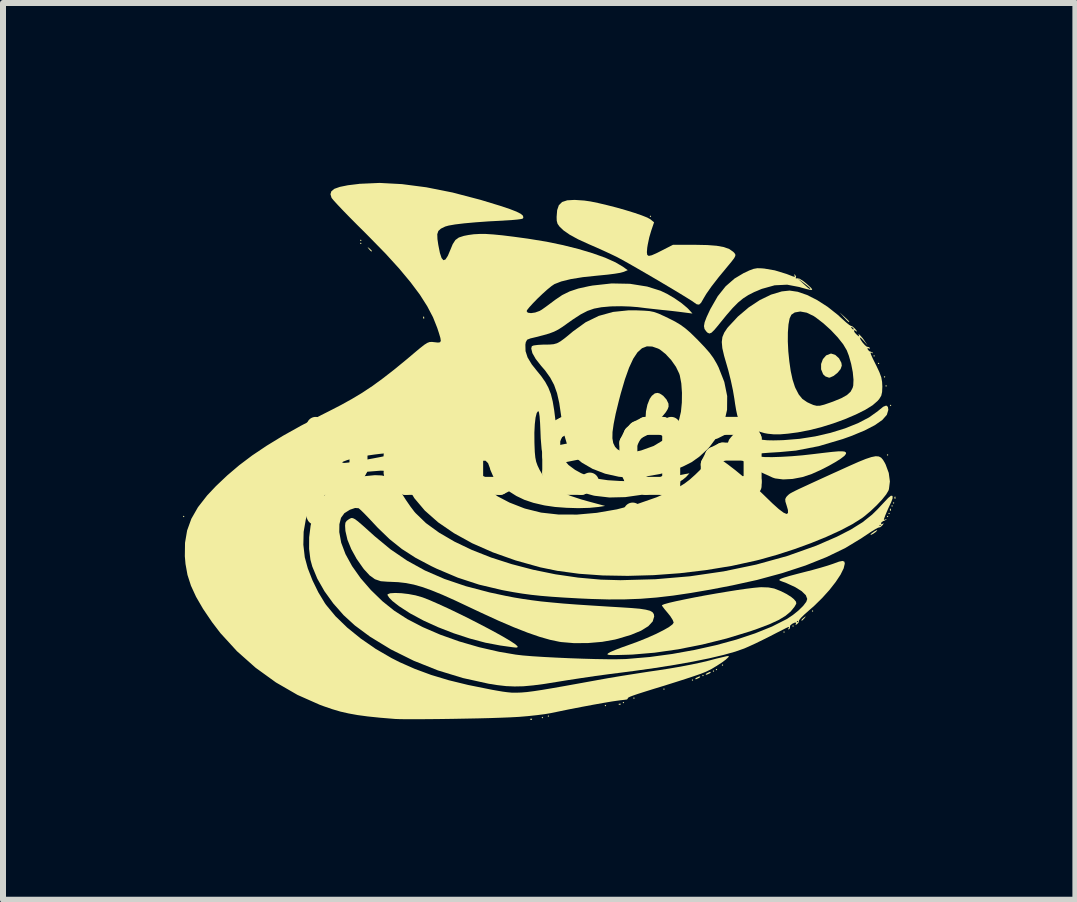
<source format=kicad_pcb>
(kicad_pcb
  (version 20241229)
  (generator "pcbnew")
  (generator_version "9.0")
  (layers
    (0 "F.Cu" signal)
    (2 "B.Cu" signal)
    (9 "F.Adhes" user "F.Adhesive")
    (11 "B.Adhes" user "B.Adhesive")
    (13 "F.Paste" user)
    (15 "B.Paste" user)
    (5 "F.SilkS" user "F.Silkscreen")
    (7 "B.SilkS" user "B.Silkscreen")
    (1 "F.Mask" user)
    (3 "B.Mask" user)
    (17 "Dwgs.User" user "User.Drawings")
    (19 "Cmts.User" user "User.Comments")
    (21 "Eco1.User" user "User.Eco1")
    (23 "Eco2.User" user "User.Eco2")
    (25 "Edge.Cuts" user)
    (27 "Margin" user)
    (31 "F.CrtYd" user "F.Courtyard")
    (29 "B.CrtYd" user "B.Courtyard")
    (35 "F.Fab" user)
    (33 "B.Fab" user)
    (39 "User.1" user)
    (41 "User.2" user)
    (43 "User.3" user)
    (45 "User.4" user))
  (footprint "pepega"
    (layer "F.Cu")
    (at 5.856 4.373)
    (property "Reference" "pepega" (at 0 0 0) (layer "F.SilkS") (effects (font (size 1.5 1.5) (thickness 0.3))))
    (attr board_only exclude_from_pos_files exclude_from_bom)
    (fp_poly (pts (xy -5.831 1.189) (xy -5.843 1.201) (xy -5.856 1.189) (xy -5.843 1.176)) (stroke (width 0) (type solid)) (fill yes) (layer "F.SilkS"))
    (fp_poly (pts (xy -2.878 -3.416) (xy -2.89 -3.403) (xy -2.903 -3.416) (xy -2.89 -3.428)) (stroke (width 0) (type solid)) (fill yes) (layer "F.SilkS"))
    (fp_poly (pts (xy -2.878 -3.366) (xy -2.89 -3.353) (xy -2.903 -3.366) (xy -2.89 -3.378)) (stroke (width 0) (type solid)) (fill yes) (layer "F.SilkS"))
    (fp_poly (pts (xy 0.15 4.542) (xy 0.138 4.554) (xy 0.125 4.542) (xy 0.138 4.529)) (stroke (width 0) (type solid)) (fill yes) (layer "F.SilkS"))
    (fp_poly (pts (xy 0.25 4.517) (xy 0.238 4.529) (xy 0.225 4.517) (xy 0.238 4.504)) (stroke (width 0) (type solid)) (fill yes) (layer "F.SilkS"))
    (fp_poly (pts (xy 1.201 4.342) (xy 1.189 4.354) (xy 1.176 4.342) (xy 1.189 4.329)) (stroke (width 0) (type solid)) (fill yes) (layer "F.SilkS"))
    (fp_poly (pts (xy 1.501 4.292) (xy 1.489 4.304) (xy 1.476 4.292) (xy 1.489 4.279)) (stroke (width 0) (type solid)) (fill yes) (layer "F.SilkS"))
    (fp_poly (pts (xy 1.677 4.217) (xy 1.664 4.229) (xy 1.652 4.217) (xy 1.664 4.204)) (stroke (width 0) (type solid)) (fill yes) (layer "F.SilkS"))
    (fp_poly (pts (xy 1.952 -3.816) (xy 1.939 -3.804) (xy 1.927 -3.816) (xy 1.939 -3.829)) (stroke (width 0) (type solid)) (fill yes) (layer "F.SilkS"))
    (fp_poly (pts (xy 2.177 4.067) (xy 2.165 4.079) (xy 2.152 4.067) (xy 2.165 4.054)) (stroke (width 0) (type solid)) (fill yes) (layer "F.SilkS"))
    (fp_poly (pts (xy 2.653 3.916) (xy 2.64 3.929) (xy 2.628 3.916) (xy 2.64 3.904)) (stroke (width 0) (type solid)) (fill yes) (layer "F.SilkS"))
    (fp_poly (pts (xy 2.828 3.841) (xy 2.815 3.854) (xy 2.803 3.841) (xy 2.815 3.829)) (stroke (width 0) (type solid)) (fill yes) (layer "F.SilkS"))
    (fp_poly (pts (xy 3.003 3.766) (xy 2.99 3.779) (xy 2.978 3.766) (xy 2.99 3.754)) (stroke (width 0) (type solid)) (fill yes) (layer "F.SilkS"))
    (fp_poly (pts (xy 3.053 3.741) (xy 3.04 3.754) (xy 3.028 3.741) (xy 3.04 3.729)) (stroke (width 0) (type solid)) (fill yes) (layer "F.SilkS"))
    (fp_poly (pts (xy 3.153 3.666) (xy 3.141 3.679) (xy 3.128 3.666) (xy 3.141 3.654)) (stroke (width 0) (type solid)) (fill yes) (layer "F.SilkS"))
    (fp_poly (pts (xy 4.179 3.116) (xy 4.167 3.128) (xy 4.154 3.116) (xy 4.167 3.103)) (stroke (width 0) (type solid)) (fill yes) (layer "F.SilkS"))
    (fp_poly (pts (xy 4.329 3.015) (xy 4.317 3.028) (xy 4.304 3.015) (xy 4.317 3.003)) (stroke (width 0) (type solid)) (fill yes) (layer "F.SilkS"))
    (fp_poly (pts (xy 4.655 2.765) (xy 4.642 2.778) (xy 4.63 2.765) (xy 4.642 2.753)) (stroke (width 0) (type solid)) (fill yes) (layer "F.SilkS"))
    (fp_poly (pts (xy 5.681 -1.489) (xy 5.668 -1.476) (xy 5.656 -1.489) (xy 5.668 -1.501)) (stroke (width 0) (type solid)) (fill yes) (layer "F.SilkS"))
    (fp_poly (pts (xy 5.756 -1.364) (xy 5.743 -1.351) (xy 5.731 -1.364) (xy 5.743 -1.376)) (stroke (width 0) (type solid)) (fill yes) (layer "F.SilkS"))
    (fp_poly (pts (xy 5.856 -1.139) (xy 5.843 -1.126) (xy 5.831 -1.139) (xy 5.843 -1.151)) (stroke (width 0) (type solid)) (fill yes) (layer "F.SilkS"))
    (fp_poly (pts (xy 5.881 -0.988) (xy 5.868 -0.976) (xy 5.856 -0.988) (xy 5.868 -1.001)) (stroke (width 0) (type solid)) (fill yes) (layer "F.SilkS"))
    (fp_poly (pts (xy 5.906 0.163) (xy 5.893 0.175) (xy 5.881 0.163) (xy 5.893 0.15)) (stroke (width 0) (type solid)) (fill yes) (layer "F.SilkS"))
    (fp_poly (pts (xy 5.906 1.189) (xy 5.893 1.201) (xy 5.881 1.189) (xy 5.893 1.176)) (stroke (width 0) (type solid)) (fill yes) (layer "F.SilkS"))
    (fp_poly (pts (xy 5.931 1.139) (xy 5.918 1.151) (xy 5.906 1.139) (xy 5.918 1.126)) (stroke (width 0) (type solid)) (fill yes) (layer "F.SilkS"))
    (fp_poly (pts (xy 5.956 -0.663) (xy 5.943 -0.651) (xy 5.931 -0.663) (xy 5.943 -0.676)) (stroke (width 0) (type solid)) (fill yes) (layer "F.SilkS"))
    (fp_poly (pts (xy 5.981 1.013) (xy 5.968 1.026) (xy 5.956 1.013) (xy 5.968 1.001)) (stroke (width 0) (type solid)) (fill yes) (layer "F.SilkS"))
    (fp_poly (pts (xy 6.006 0.963) (xy 5.993 0.976) (xy 5.981 0.963) (xy 5.993 0.951)) (stroke (width 0) (type solid)) (fill yes) (layer "F.SilkS"))
    (fp_poly (pts (xy -1.835 -2.144) (xy -1.832 -2.114) (xy -1.835 -2.11) (xy -1.85 -2.114) (xy -1.852 -2.127) (xy -1.843 -2.148)) (stroke (width 0) (type solid)) (fill yes) (layer "F.SilkS"))
    (fp_poly (pts (xy -0.033 4.563) (xy -0.037 4.578) (xy -0.05 4.58) (xy -0.071 4.57) (xy -0.067 4.563) (xy -0.037 4.56)) (stroke (width 0) (type solid)) (fill yes) (layer "F.SilkS"))
    (fp_poly (pts (xy 1.443 4.313) (xy 1.44 4.327) (xy 1.426 4.329) (xy 1.406 4.32) (xy 1.41 4.313) (xy 1.439 4.31)) (stroke (width 0) (type solid)) (fill yes) (layer "F.SilkS"))
    (fp_poly (pts (xy 5.948 1.059) (xy 5.951 1.089) (xy 5.948 1.093) (xy 5.933 1.089) (xy 5.931 1.076) (xy 5.94 1.055)) (stroke (width 0) (type solid)) (fill yes) (layer "F.SilkS"))
    (fp_poly (pts (xy 6.023 0.859) (xy 6.026 0.889) (xy 6.023 0.893) (xy 6.008 0.889) (xy 6.006 0.876) (xy 6.015 0.855)) (stroke (width 0) (type solid)) (fill yes) (layer "F.SilkS"))
    (fp_poly (pts (xy -2.765 -3.295) (xy -2.746 -3.281) (xy -2.708 -3.245) (xy -2.708 -3.229) (xy -2.712 -3.228) (xy -2.733 -3.245) (xy -2.756 -3.272) (xy -2.778 -3.302)) (stroke (width 0) (type solid)) (fill yes) (layer "F.SilkS"))
    (fp_poly (pts (xy 2.77 3.865) (xy 2.753 3.879) (xy 2.707 3.9) (xy 2.69 3.903) (xy 2.686 3.893) (xy 2.703 3.879) (xy 2.748 3.858) (xy 2.765 3.855)) (stroke (width 0) (type solid)) (fill yes) (layer "F.SilkS"))
    (fp_poly (pts (xy 2.945 3.79) (xy 2.928 3.804) (xy 2.882 3.825) (xy 2.865 3.828) (xy 2.861 3.818) (xy 2.878 3.804) (xy 2.923 3.783) (xy 2.94 3.779)) (stroke (width 0) (type solid)) (fill yes) (layer "F.SilkS"))
    (fp_poly (pts (xy 4.522 2.866) (xy 4.508 2.884) (xy 4.471 2.923) (xy 4.455 2.923) (xy 4.454 2.918) (xy 4.471 2.898) (xy 4.498 2.875) (xy 4.528 2.853)) (stroke (width 0) (type solid)) (fill yes) (layer "F.SilkS"))
    (fp_poly (pts (xy 5.174 -2.141) (xy 5.223 -2.095) (xy 5.252 -2.065) (xy 5.255 -2.06) (xy 5.247 -2.053) (xy 5.22 -2.076) (xy 5.167 -2.132) (xy 5.166 -2.133) (xy 5.093 -2.215)) (stroke (width 0) (type solid)) (fill yes) (layer "F.SilkS"))
    (fp_poly (pts (xy 5.721 1.421) (xy 5.72 1.424) (xy 5.693 1.45) (xy 5.653 1.478) (xy 5.618 1.495) (xy 5.606 1.493) (xy 5.624 1.473) (xy 5.669 1.441) (xy 5.671 1.439) (xy 5.711 1.418)) (stroke (width 0) (type solid)) (fill yes) (layer "F.SilkS"))
    (fp_poly (pts (xy 5.023 -1.504) (xy 5.084 -1.448) (xy 5.123 -1.374) (xy 5.13 -1.326) (xy 5.11 -1.269) (xy 5.059 -1.207) (xy 4.994 -1.155) (xy 4.93 -1.127) (xy 4.916 -1.126) (xy 4.858 -1.146) (xy 4.819 -1.182) (xy 4.785 -1.265) (xy 4.785 -1.354) (xy 4.815 -1.435) (xy 4.869 -1.497) (xy 4.942 -1.526) (xy 4.955 -1.527)) (stroke (width 0) (type solid)) (fill yes) (layer "F.SilkS"))
    (fp_poly (pts (xy 2.094 -0.862) (xy 2.152 -0.824) (xy 2.205 -0.764) (xy 2.21 -0.756) (xy 2.24 -0.693) (xy 2.242 -0.643) (xy 2.227 -0.601) (xy 2.196 -0.55) (xy 2.142 -0.485) (xy 2.077 -0.416) (xy 2.012 -0.355) (xy 1.957 -0.313) (xy 1.927 -0.3) (xy 1.9 -0.321) (xy 1.873 -0.369) (xy 1.858 -0.455) (xy 1.865 -0.564) (xy 1.889 -0.676) (xy 1.927 -0.772) (xy 1.962 -0.823) (xy 2.013 -0.864) (xy 2.058 -0.872)) (stroke (width 0) (type solid)) (fill yes) (layer "F.SilkS"))
    (fp_poly (pts (xy -2.212 2.468) (xy -2.094 2.482) (xy -1.977 2.504) (xy -1.872 2.534) (xy -1.856 2.539) (xy -1.739 2.585) (xy -1.6 2.646) (xy -1.444 2.717) (xy -1.277 2.797) (xy -1.106 2.881) (xy -0.936 2.968) (xy -0.773 3.053) (xy -0.623 3.134) (xy -0.493 3.207) (xy -0.388 3.27) (xy -0.314 3.319) (xy -0.278 3.352) (xy -0.275 3.359) (xy -0.277 3.368) (xy -0.287 3.374) (xy -0.313 3.374) (xy -0.365 3.368) (xy -0.45 3.356) (xy -0.564 3.34) (xy -0.813 3.293) (xy -1.075 3.223) (xy -1.341 3.136) (xy -1.601 3.035) (xy -1.847 2.923) (xy -2.068 2.804) (xy -2.255 2.683) (xy -2.362 2.599) (xy -2.415 2.545) (xy -2.443 2.503) (xy -2.444 2.486) (xy -2.399 2.469) (xy -2.317 2.464)) (stroke (width 0) (type solid)) (fill yes) (layer "F.SilkS"))
    (fp_poly (pts (xy 3.908 2.372) (xy 4.003 2.39) (xy 4.105 2.43) (xy 4.121 2.437) (xy 4.21 2.482) (xy 4.287 2.531) (xy 4.331 2.567) (xy 4.367 2.61) (xy 4.371 2.643) (xy 4.344 2.69) (xy 4.341 2.695) (xy 4.277 2.774) (xy 4.189 2.847) (xy 4.072 2.917) (xy 3.92 2.987) (xy 3.727 3.06) (xy 3.604 3.103) (xy 3.21 3.223) (xy 2.805 3.324) (xy 2.4 3.404) (xy 2.008 3.46) (xy 1.642 3.491) (xy 1.564 3.494) (xy 1.42 3.498) (xy 1.32 3.5) (xy 1.258 3.498) (xy 1.227 3.492) (xy 1.222 3.483) (xy 1.234 3.47) (xy 1.275 3.447) (xy 1.352 3.414) (xy 1.453 3.375) (xy 1.546 3.342) (xy 1.717 3.28) (xy 1.879 3.215) (xy 2.026 3.15) (xy 2.15 3.088) (xy 2.246 3.034) (xy 2.307 2.988) (xy 2.327 2.958) (xy 2.311 2.915) (xy 2.27 2.85) (xy 2.224 2.793) (xy 2.172 2.731) (xy 2.138 2.685) (xy 2.13 2.668) (xy 2.17 2.651) (xy 2.252 2.628) (xy 2.368 2.601) (xy 2.512 2.571) (xy 2.676 2.538) (xy 2.852 2.505) (xy 3.034 2.473) (xy 3.214 2.443) (xy 3.383 2.416) (xy 3.536 2.394) (xy 3.665 2.378) (xy 3.762 2.369) (xy 3.791 2.368)) (stroke (width 0) (type solid)) (fill yes) (layer "F.SilkS"))
    (fp_poly (pts (xy 3.794 -2.949) (xy 3.838 -2.945) (xy 4.013 -2.915) (xy 4.209 -2.855) (xy 4.315 -2.814) (xy 4.347 -2.806) (xy 4.343 -2.826) (xy 4.342 -2.827) (xy 4.335 -2.849) (xy 4.351 -2.842) (xy 4.368 -2.81) (xy 4.363 -2.797) (xy 4.364 -2.779) (xy 4.377 -2.782) (xy 4.392 -2.782) (xy 4.49 -2.692) (xy 4.553 -2.635) (xy 4.588 -2.608) (xy 4.603 -2.606) (xy 4.605 -2.613) (xy 4.586 -2.632) (xy 4.539 -2.671) (xy 4.498 -2.703) (xy 4.392 -2.782) (xy 4.377 -2.782) (xy 4.384 -2.784) (xy 4.426 -2.776) (xy 4.493 -2.733) (xy 4.545 -2.69) (xy 4.608 -2.633) (xy 4.636 -2.601) (xy 4.632 -2.589) (xy 4.605 -2.59) (xy 4.544 -2.603) (xy 4.461 -2.626) (xy 4.419 -2.638) (xy 4.219 -2.676) (xy 4.011 -2.666) (xy 3.799 -2.607) (xy 3.788 -2.603) (xy 3.669 -2.553) (xy 3.571 -2.503) (xy 3.483 -2.446) (xy 3.399 -2.377) (xy 3.31 -2.287) (xy 3.209 -2.171) (xy 3.087 -2.021) (xy 3.074 -2.004) (xy 3.005 -1.922) (xy 2.958 -1.876) (xy 2.923 -1.862) (xy 2.892 -1.875) (xy 2.87 -1.897) (xy 2.841 -1.938) (xy 2.832 -1.986) (xy 2.843 -2.049) (xy 2.876 -2.136) (xy 2.932 -2.256) (xy 2.941 -2.274) (xy 3.061 -2.483) (xy 3.193 -2.649) (xy 3.341 -2.778) (xy 3.493 -2.869) (xy 3.589 -2.914) (xy 3.659 -2.94) (xy 3.721 -2.951)) (stroke (width 0) (type solid)) (fill yes) (layer "F.SilkS"))
    (fp_poly (pts (xy 5.899 -0.639) (xy 5.906 -0.589) (xy 5.881 -0.506) (xy 5.806 -0.421) (xy 5.682 -0.334) (xy 5.508 -0.244) (xy 5.285 -0.152) (xy 5.145 -0.102) (xy 4.747 0.016) (xy 4.365 0.09) (xy 4.094 0.115) (xy 3.929 0.125) (xy 3.811 0.134) (xy 3.736 0.145) (xy 3.699 0.157) (xy 3.698 0.171) (xy 3.705 0.177) (xy 3.755 0.19) (xy 3.847 0.198) (xy 3.973 0.199) (xy 4.124 0.194) (xy 4.294 0.184) (xy 4.473 0.169) (xy 4.642 0.15) (xy 4.826 0.128) (xy 4.965 0.112) (xy 5.067 0.103) (xy 5.135 0.102) (xy 5.177 0.107) (xy 5.197 0.119) (xy 5.201 0.137) (xy 5.2 0.144) (xy 5.174 0.178) (xy 5.11 0.227) (xy 5.016 0.286) (xy 4.9 0.351) (xy 4.772 0.416) (xy 4.638 0.476) (xy 4.63 0.48) (xy 4.472 0.532) (xy 4.308 0.563) (xy 4.152 0.571) (xy 4.019 0.554) (xy 3.979 0.541) (xy 3.743 0.433) (xy 3.537 0.305) (xy 3.368 0.16) (xy 3.3 0.083) (xy 3.248 0.011) (xy 3.232 -0.043) (xy 3.25 -0.092) (xy 3.284 -0.135) (xy 3.341 -0.198) (xy 3.591 -0.135) (xy 3.704 -0.108) (xy 3.797 -0.091) (xy 3.887 -0.082) (xy 3.99 -0.08) (xy 4.123 -0.083) (xy 4.167 -0.085) (xy 4.426 -0.106) (xy 4.688 -0.147) (xy 4.943 -0.206) (xy 5.183 -0.28) (xy 5.4 -0.367) (xy 5.584 -0.463) (xy 5.729 -0.566) (xy 5.745 -0.58) (xy 5.821 -0.641) (xy 5.871 -0.661)) (stroke (width 0) (type solid)) (fill yes) (layer "F.SilkS"))
    (fp_poly (pts (xy 0.836 -4.079) (xy 0.94 -4.064) (xy 1.071 -4.037) (xy 1.219 -4.002) (xy 1.375 -3.962) (xy 1.529 -3.918) (xy 1.672 -3.874) (xy 1.794 -3.832) (xy 1.887 -3.795) (xy 1.939 -3.766) (xy 1.939 -3.766) (xy 2 -3.716) (xy 1.952 -3.575) (xy 1.92 -3.466) (xy 1.895 -3.348) (xy 1.886 -3.293) (xy 1.88 -3.218) (xy 1.886 -3.173) (xy 1.911 -3.156) (xy 1.962 -3.167) (xy 2.046 -3.204) (xy 2.131 -3.247) (xy 2.315 -3.341) (xy 2.69 -3.341) (xy 2.889 -3.337) (xy 3.044 -3.325) (xy 3.164 -3.303) (xy 3.253 -3.271) (xy 3.319 -3.225) (xy 3.337 -3.207) (xy 3.354 -3.183) (xy 3.355 -3.157) (xy 3.336 -3.119) (xy 3.291 -3.06) (xy 3.234 -2.991) (xy 3.077 -2.801) (xy 2.956 -2.645) (xy 2.87 -2.522) (xy 2.826 -2.448) (xy 2.784 -2.375) (xy 2.75 -2.344) (xy 2.712 -2.349) (xy 2.671 -2.377) (xy 2.628 -2.407) (xy 2.548 -2.457) (xy 2.439 -2.524) (xy 2.308 -2.603) (xy 2.163 -2.689) (xy 2.011 -2.779) (xy 1.858 -2.868) (xy 1.713 -2.952) (xy 1.582 -3.027) (xy 1.473 -3.088) (xy 1.393 -3.131) (xy 1.376 -3.14) (xy 1.288 -3.182) (xy 1.17 -3.237) (xy 1.037 -3.297) (xy 0.908 -3.353) (xy 0.733 -3.433) (xy 0.594 -3.509) (xy 0.496 -3.577) (xy 0.488 -3.583) (xy 0.425 -3.643) (xy 0.391 -3.69) (xy 0.377 -3.742) (xy 0.375 -3.805) (xy 0.384 -3.919) (xy 0.412 -4.001) (xy 0.467 -4.055) (xy 0.552 -4.083) (xy 0.675 -4.09)) (stroke (width 0) (type solid)) (fill yes) (layer "F.SilkS"))
    (fp_poly (pts (xy -3.021 1.217) (xy -2.986 1.234) (xy -2.937 1.271) (xy -2.868 1.33) (xy -2.773 1.415) (xy -2.654 1.522) (xy -2.394 1.737) (xy -2.118 1.925) (xy -1.821 2.089) (xy -1.496 2.23) (xy -1.139 2.351) (xy -0.743 2.455) (xy -0.467 2.514) (xy -0.326 2.541) (xy -0.186 2.564) (xy -0.041 2.585) (xy 0.115 2.605) (xy 0.287 2.622) (xy 0.483 2.64) (xy 0.708 2.657) (xy 0.967 2.674) (xy 1.268 2.693) (xy 1.436 2.703) (xy 1.621 2.715) (xy 1.761 2.727) (xy 1.863 2.743) (xy 1.933 2.761) (xy 1.975 2.786) (xy 1.996 2.817) (xy 2.002 2.856) (xy 1.977 2.939) (xy 1.904 3.018) (xy 1.783 3.093) (xy 1.616 3.162) (xy 1.403 3.226) (xy 1.347 3.241) (xy 1.135 3.279) (xy 0.902 3.299) (xy 0.668 3.301) (xy 0.456 3.283) (xy 0.421 3.278) (xy 0.265 3.245) (xy 0.09 3.195) (xy -0.109 3.126) (xy -0.336 3.037) (xy -0.595 2.926) (xy -0.889 2.791) (xy -1.076 2.703) (xy -1.322 2.587) (xy -1.53 2.494) (xy -1.709 2.421) (xy -1.865 2.365) (xy -2.005 2.325) (xy -2.136 2.299) (xy -2.266 2.284) (xy -2.4 2.278) (xy -2.44 2.277) (xy -2.558 2.268) (xy -2.654 2.235) (xy -2.742 2.172) (xy -2.835 2.071) (xy -2.853 2.048) (xy -2.96 1.895) (xy -3.049 1.733) (xy -3.113 1.576) (xy -3.145 1.437) (xy -3.147 1.424) (xy -3.152 1.342) (xy -3.147 1.293) (xy -3.126 1.262) (xy -3.095 1.239) (xy -3.069 1.223) (xy -3.046 1.214)) (stroke (width 0) (type solid)) (fill yes) (layer "F.SilkS"))
    (fp_poly (pts (xy 1.712 -2.248) (xy 1.835 -2.243) (xy 1.925 -2.236) (xy 1.998 -2.221) (xy 2.072 -2.195) (xy 2.163 -2.154) (xy 2.24 -2.117) (xy 2.351 -2.061) (xy 2.439 -2.008) (xy 2.519 -1.95) (xy 2.604 -1.877) (xy 2.705 -1.778) (xy 2.731 -1.752) (xy 2.842 -1.636) (xy 2.926 -1.54) (xy 2.99 -1.452) (xy 3.045 -1.358) (xy 3.075 -1.299) (xy 3.171 -1.055) (xy 3.219 -0.819) (xy 3.217 -0.59) (xy 3.167 -0.371) (xy 3.069 -0.164) (xy 2.922 0.032) (xy 2.878 0.078) (xy 2.754 0.192) (xy 2.626 0.283) (xy 2.479 0.357) (xy 2.3 0.425) (xy 2.269 0.436) (xy 2.092 0.482) (xy 1.896 0.516) (xy 1.698 0.534) (xy 1.517 0.536) (xy 1.411 0.526) (xy 1.183 0.475) (xy 0.975 0.395) (xy 0.797 0.292) (xy 0.723 0.232) (xy 0.65 0.157) (xy 0.592 0.075) (xy 0.546 -0.024) (xy 0.519 -0.115) (xy 1.305 -0.115) (xy 1.319 -0.035) (xy 1.349 0.026) (xy 1.386 0.066) (xy 1.459 0.109) (xy 1.552 0.124) (xy 1.675 0.112) (xy 1.784 0.088) (xy 1.993 0.013) (xy 2.167 -0.092) (xy 2.304 -0.224) (xy 2.399 -0.382) (xy 2.419 -0.434) (xy 2.448 -0.557) (xy 2.463 -0.71) (xy 2.465 -0.874) (xy 2.454 -1.031) (xy 2.429 -1.163) (xy 2.419 -1.194) (xy 2.365 -1.306) (xy 2.285 -1.42) (xy 2.191 -1.521) (xy 2.096 -1.596) (xy 2.067 -1.611) (xy 1.969 -1.645) (xy 1.88 -1.648) (xy 1.798 -1.616) (xy 1.723 -1.548) (xy 1.652 -1.441) (xy 1.583 -1.292) (xy 1.514 -1.099) (xy 1.444 -0.86) (xy 1.412 -0.738) (xy 1.36 -0.525) (xy 1.326 -0.354) (xy 1.307 -0.22) (xy 1.305 -0.115) (xy 0.519 -0.115) (xy 0.509 -0.148) (xy 0.478 -0.304) (xy 0.449 -0.5) (xy 0.419 -0.703) (xy 0.382 -0.867) (xy 0.333 -1.005) (xy 0.268 -1.127) (xy 0.183 -1.246) (xy 0.114 -1.326) (xy 0.026 -1.438) (xy -0.029 -1.535) (xy -0.048 -1.612) (xy -0.038 -1.651) (xy -0.007 -1.663) (xy 0.061 -1.672) (xy 0.151 -1.677) (xy 0.171 -1.677) (xy 0.258 -1.678) (xy 0.325 -1.684) (xy 0.382 -1.7) (xy 0.44 -1.732) (xy 0.511 -1.784) (xy 0.605 -1.861) (xy 0.649 -1.898) (xy 0.858 -2.049) (xy 1.078 -2.156) (xy 1.316 -2.222) (xy 1.578 -2.249)) (stroke (width 0) (type solid)) (fill yes) (layer "F.SilkS"))
    (fp_poly (pts (xy 4.395 -2.558) (xy 4.552 -2.504) (xy 4.721 -2.418) (xy 4.894 -2.307) (xy 5.062 -2.174) (xy 5.132 -2.11) (xy 5.2 -2.049) (xy 5.253 -2.006) (xy 5.282 -1.989) (xy 5.284 -1.989) (xy 5.307 -1.981) (xy 5.347 -1.945) (xy 5.357 -1.934) (xy 5.385 -1.899) (xy 5.383 -1.893) (xy 5.374 -1.899) (xy 5.339 -1.918) (xy 5.332 -1.906) (xy 5.349 -1.874) (xy 5.385 -1.837) (xy 5.416 -1.814) (xy 5.42 -1.822) (xy 5.418 -1.824) (xy 5.407 -1.851) (xy 5.419 -1.848) (xy 5.447 -1.82) (xy 5.483 -1.778) (xy 5.506 -1.745) (xy 5.56 -1.664) (xy 5.495 -1.739) (xy 5.455 -1.782) (xy 5.432 -1.797) (xy 5.43 -1.795) (xy 5.444 -1.759) (xy 5.477 -1.711) (xy 5.516 -1.667) (xy 5.549 -1.641) (xy 5.558 -1.641) (xy 5.586 -1.634) (xy 5.595 -1.623) (xy 5.599 -1.606) (xy 5.581 -1.614) (xy 5.558 -1.618) (xy 5.561 -1.599) (xy 5.587 -1.567) (xy 5.599 -1.564) (xy 5.64 -1.548) (xy 5.647 -1.541) (xy 5.651 -1.53) (xy 5.637 -1.536) (xy 5.616 -1.546) (xy 5.609 -1.538) (xy 5.619 -1.506) (xy 5.647 -1.444) (xy 5.696 -1.345) (xy 5.706 -1.326) (xy 5.757 -1.217) (xy 5.788 -1.133) (xy 5.802 -1.055) (xy 5.806 -0.977) (xy 5.802 -0.887) (xy 5.788 -0.825) (xy 5.755 -0.771) (xy 5.727 -0.738) (xy 5.644 -0.666) (xy 5.52 -0.589) (xy 5.363 -0.511) (xy 5.183 -0.434) (xy 4.988 -0.363) (xy 4.786 -0.3) (xy 4.586 -0.25) (xy 4.398 -0.214) (xy 4.232 -0.192) (xy 4.102 -0.181) (xy 3.994 -0.181) (xy 3.895 -0.191) (xy 3.841 -0.201) (xy 3.688 -0.245) (xy 3.555 -0.309) (xy 3.453 -0.387) (xy 3.402 -0.454) (xy 3.387 -0.499) (xy 3.369 -0.582) (xy 3.351 -0.688) (xy 3.339 -0.772) (xy 3.315 -0.914) (xy 3.28 -1.078) (xy 3.24 -1.239) (xy 3.216 -1.323) (xy 3.168 -1.489) (xy 3.138 -1.618) (xy 3.129 -1.72) (xy 3.13 -1.729) (xy 4.23 -1.729) (xy 4.238 -1.565) (xy 4.255 -1.398) (xy 4.278 -1.238) (xy 4.309 -1.094) (xy 4.347 -0.976) (xy 4.356 -0.954) (xy 4.412 -0.846) (xy 4.472 -0.772) (xy 4.552 -0.717) (xy 4.592 -0.698) (xy 4.656 -0.67) (xy 4.71 -0.657) (xy 4.765 -0.658) (xy 4.837 -0.676) (xy 4.936 -0.71) (xy 4.984 -0.727) (xy 5.121 -0.783) (xy 5.216 -0.836) (xy 5.277 -0.892) (xy 5.311 -0.957) (xy 5.321 -0.995) (xy 5.325 -1.092) (xy 5.313 -1.218) (xy 5.286 -1.356) (xy 5.248 -1.491) (xy 5.213 -1.582) (xy 5.153 -1.683) (xy 5.061 -1.799) (xy 4.948 -1.919) (xy 4.892 -1.97) (xy 5.284 -1.97) (xy 5.29 -1.956) (xy 5.316 -1.929) (xy 5.33 -1.934) (xy 5.33 -1.938) (xy 5.312 -1.959) (xy 5.301 -1.967) (xy 5.284 -1.97) (xy 4.892 -1.97) (xy 4.822 -2.033) (xy 4.696 -2.13) (xy 4.66 -2.154) (xy 4.546 -2.209) (xy 4.438 -2.229) (xy 4.345 -2.213) (xy 4.289 -2.175) (xy 4.26 -2.113) (xy 4.241 -2.013) (xy 4.231 -1.881) (xy 4.23 -1.729) (xy 3.13 -1.729) (xy 3.139 -1.803) (xy 3.17 -1.877) (xy 3.22 -1.952) (xy 3.236 -1.971) (xy 3.398 -2.145) (xy 3.576 -2.296) (xy 3.762 -2.419) (xy 3.949 -2.51) (xy 4.129 -2.564) (xy 4.259 -2.578)) (stroke (width 0) (type solid)) (fill yes) (layer "F.SilkS"))
    (fp_poly (pts (xy -2.548 0.504) (xy -2.467 0.518) (xy -2.401 0.55) (xy -2.341 0.606) (xy -2.277 0.694) (xy -2.205 0.809) (xy -2.136 0.916) (xy -2.063 1.022) (xy -1.997 1.109) (xy -1.978 1.131) (xy -1.804 1.299) (xy -1.585 1.458) (xy -1.328 1.608) (xy -1.037 1.747) (xy -0.717 1.873) (xy -0.375 1.983) (xy -0.016 2.077) (xy 0.356 2.153) (xy 0.734 2.208) (xy 1.114 2.242) (xy 1.439 2.251) (xy 2.023 2.235) (xy 2.598 2.186) (xy 3.16 2.104) (xy 3.702 1.991) (xy 4.219 1.848) (xy 4.703 1.676) (xy 5.046 1.527) (xy 5.282 1.406) (xy 5.389 1.339) (xy 5.756 1.339) (xy 5.768 1.351) (xy 5.781 1.339) (xy 5.768 1.326) (xy 5.756 1.339) (xy 5.389 1.339) (xy 5.476 1.285) (xy 5.635 1.158) (xy 5.722 1.073) (xy 5.793 0.997) (xy 5.86 0.926) (xy 5.904 0.879) (xy 5.95 0.842) (xy 5.976 0.846) (xy 5.977 0.886) (xy 5.952 0.954) (xy 5.948 0.961) (xy 5.918 1.025) (xy 5.884 1.101) (xy 5.854 1.173) (xy 5.835 1.226) (xy 5.831 1.243) (xy 5.848 1.243) (xy 5.862 1.236) (xy 5.879 1.231) (xy 5.872 1.241) (xy 5.833 1.263) (xy 5.824 1.264) (xy 5.793 1.284) (xy 5.786 1.299) (xy 5.787 1.321) (xy 5.809 1.312) (xy 5.83 1.302) (xy 5.818 1.322) (xy 5.81 1.333) (xy 5.776 1.365) (xy 5.76 1.37) (xy 5.737 1.375) (xy 5.691 1.399) (xy 5.617 1.445) (xy 5.51 1.516) (xy 5.449 1.557) (xy 5.184 1.717) (xy 4.875 1.866) (xy 4.525 2.006) (xy 4.137 2.133) (xy 3.717 2.247) (xy 3.303 2.338) (xy 2.939 2.408) (xy 2.613 2.464) (xy 2.317 2.508) (xy 2.041 2.54) (xy 1.775 2.561) (xy 1.512 2.571) (xy 1.24 2.572) (xy 0.952 2.564) (xy 0.751 2.555) (xy 0.501 2.541) (xy 0.292 2.527) (xy 0.112 2.512) (xy -0.047 2.495) (xy -0.196 2.475) (xy -0.344 2.451) (xy -0.502 2.422) (xy -0.542 2.414) (xy -0.918 2.325) (xy -1.272 2.209) (xy -1.626 2.059) (xy -1.715 2.016) (xy -1.978 1.877) (xy -2.205 1.731) (xy -2.41 1.567) (xy -2.607 1.377) (xy -2.663 1.317) (xy -2.75 1.224) (xy -2.827 1.144) (xy -2.888 1.084) (xy -2.924 1.053) (xy -2.927 1.051) (xy -2.985 1.047) (xy -3.071 1.076) (xy -3.163 1.133) (xy -3.22 1.211) (xy -3.247 1.318) (xy -3.249 1.449) (xy -3.217 1.626) (xy -3.145 1.817) (xy -3.035 2.017) (xy -2.892 2.219) (xy -2.721 2.416) (xy -2.527 2.604) (xy -2.335 2.758) (xy -2.116 2.899) (xy -1.856 3.034) (xy -1.564 3.16) (xy -1.249 3.272) (xy -0.919 3.368) (xy -0.584 3.445) (xy -0.307 3.492) (xy -0.189 3.506) (xy -0.031 3.519) (xy 0.158 3.531) (xy 0.367 3.542) (xy 0.588 3.552) (xy 0.81 3.56) (xy 1.024 3.566) (xy 1.22 3.569) (xy 1.389 3.569) (xy 1.52 3.566) (xy 1.552 3.564) (xy 1.926 3.532) (xy 2.303 3.481) (xy 2.675 3.414) (xy 3.034 3.334) (xy 3.374 3.241) (xy 3.686 3.137) (xy 3.964 3.025) (xy 4.132 2.94) (xy 4.379 2.94) (xy 4.392 2.953) (xy 4.404 2.94) (xy 4.392 2.928) (xy 4.379 2.94) (xy 4.132 2.94) (xy 4.199 2.906) (xy 4.213 2.899) (xy 4.315 2.831) (xy 4.409 2.755) (xy 4.487 2.678) (xy 4.538 2.611) (xy 4.554 2.564) (xy 4.53 2.501) (xy 4.461 2.434) (xy 4.352 2.366) (xy 4.206 2.299) (xy 4.117 2.266) (xy 4.092 2.255) (xy 4.089 2.242) (xy 4.113 2.227) (xy 4.168 2.207) (xy 4.259 2.18) (xy 4.391 2.145) (xy 4.504 2.116) (xy 4.644 2.08) (xy 4.777 2.043) (xy 4.891 2.009) (xy 4.972 1.982) (xy 4.989 1.976) (xy 5.085 1.941) (xy 5.143 1.93) (xy 5.173 1.942) (xy 5.18 1.974) (xy 5.161 2.054) (xy 5.109 2.159) (xy 5.028 2.281) (xy 4.925 2.413) (xy 4.804 2.547) (xy 4.671 2.678) (xy 4.585 2.753) (xy 4.508 2.821) (xy 4.45 2.878) (xy 4.419 2.916) (xy 4.416 2.927) (xy 4.41 2.956) (xy 4.387 2.981) (xy 4.359 3) (xy 4.363 2.984) (xy 4.371 2.957) (xy 4.341 2.96) (xy 4.302 2.979) (xy 4.269 3.008) (xy 4.266 3.028) (xy 4.262 3.058) (xy 4.251 3.068) (xy 4.233 3.071) (xy 4.241 3.054) (xy 4.25 3.039) (xy 4.25 3.031) (xy 4.235 3.034) (xy 4.199 3.05) (xy 4.136 3.082) (xy 4.039 3.131) (xy 3.941 3.182) (xy 3.815 3.245) (xy 3.688 3.307) (xy 3.574 3.359) (xy 3.503 3.39) (xy 3.352 3.443) (xy 3.155 3.498) (xy 2.918 3.554) (xy 2.646 3.609) (xy 2.343 3.663) (xy 2.015 3.715) (xy 1.667 3.764) (xy 1.451 3.792) (xy 1.247 3.818) (xy 1.017 3.849) (xy 0.781 3.884) (xy 0.559 3.918) (xy 0.404 3.943) (xy 0.175 3.98) (xy -0.016 4.005) (xy -0.18 4.02) (xy -0.327 4.023) (xy -0.469 4.017) (xy -0.616 4) (xy -0.76 3.977) (xy -1.186 3.883) (xy -1.605 3.755) (xy -2.008 3.594) (xy -2.387 3.406) (xy -2.735 3.194) (xy -2.989 3.006) (xy -3.176 2.835) (xy -3.347 2.641) (xy -3.496 2.435) (xy -3.615 2.226) (xy -3.699 2.023) (xy -3.73 1.91) (xy -3.752 1.729) (xy -3.751 1.536) (xy -3.727 1.342) (xy -3.684 1.162) (xy -3.623 1.006) (xy -3.558 0.902) (xy -3.426 0.772) (xy -3.258 0.661) (xy -3.066 0.575) (xy -2.861 0.52) (xy -2.656 0.5) (xy -2.655 0.5)) (stroke (width 0) (type solid)) (fill yes) (layer "F.SilkS"))
    (fp_poly (pts (xy -2.203 -4.353) (xy -1.797 -4.3) (xy -1.36 -4.213) (xy -0.894 -4.091) (xy -0.559 -3.989) (xy -0.404 -3.937) (xy -0.294 -3.894) (xy -0.223 -3.858) (xy -0.186 -3.826) (xy -0.18 -3.796) (xy -0.187 -3.78) (xy -0.215 -3.771) (xy -0.283 -3.762) (xy -0.381 -3.753) (xy -0.499 -3.746) (xy -0.506 -3.745) (xy -0.756 -3.732) (xy -0.978 -3.716) (xy -1.166 -3.699) (xy -1.316 -3.681) (xy -1.425 -3.662) (xy -1.482 -3.646) (xy -1.554 -3.611) (xy -1.597 -3.572) (xy -1.615 -3.518) (xy -1.612 -3.436) (xy -1.598 -3.34) (xy -1.571 -3.205) (xy -1.543 -3.12) (xy -1.512 -3.084) (xy -1.478 -3.097) (xy -1.439 -3.157) (xy -1.401 -3.247) (xy -1.357 -3.353) (xy -1.313 -3.421) (xy -1.255 -3.463) (xy -1.171 -3.49) (xy -1.094 -3.505) (xy -1.006 -3.517) (xy -0.912 -3.522) (xy -0.806 -3.522) (xy -0.681 -3.514) (xy -0.528 -3.499) (xy -0.341 -3.476) (xy -0.114 -3.445) (xy -0.075 -3.439) (xy 0.207 -3.393) (xy 0.481 -3.336) (xy 0.74 -3.271) (xy 0.977 -3.2) (xy 1.185 -3.126) (xy 1.356 -3.049) (xy 1.48 -2.976) (xy 1.561 -2.918) (xy 1.487 -2.888) (xy 1.435 -2.874) (xy 1.345 -2.859) (xy 1.228 -2.844) (xy 1.096 -2.831) (xy 1.063 -2.828) (xy 0.814 -2.802) (xy 0.611 -2.769) (xy 0.452 -2.73) (xy 0.339 -2.686) (xy 0.29 -2.653) (xy 0.22 -2.596) (xy 0.14 -2.524) (xy 0.057 -2.445) (xy -0.019 -2.367) (xy -0.08 -2.3) (xy -0.118 -2.252) (xy -0.125 -2.234) (xy -0.105 -2.209) (xy -0.052 -2.202) (xy 0.017 -2.212) (xy 0.09 -2.238) (xy 0.128 -2.26) (xy 0.193 -2.306) (xy 0.278 -2.369) (xy 0.35 -2.423) (xy 0.468 -2.503) (xy 0.592 -2.564) (xy 0.736 -2.612) (xy 0.913 -2.651) (xy 0.974 -2.662) (xy 1.292 -2.697) (xy 1.598 -2.691) (xy 1.885 -2.645) (xy 2.108 -2.575) (xy 2.219 -2.522) (xy 2.342 -2.449) (xy 2.459 -2.368) (xy 2.553 -2.289) (xy 2.578 -2.264) (xy 2.64 -2.195) (xy 2.502 -2.213) (xy 2.409 -2.225) (xy 2.29 -2.239) (xy 2.168 -2.252) (xy 2.152 -2.253) (xy 2.016 -2.268) (xy 1.863 -2.285) (xy 1.727 -2.302) (xy 1.727 -2.302) (xy 1.6 -2.312) (xy 1.451 -2.317) (xy 1.305 -2.315) (xy 1.264 -2.313) (xy 1.12 -2.3) (xy 0.999 -2.277) (xy 0.889 -2.239) (xy 0.775 -2.18) (xy 0.646 -2.096) (xy 0.557 -2.033) (xy 0.473 -1.973) (xy 0.402 -1.928) (xy 0.333 -1.893) (xy 0.254 -1.863) (xy 0.153 -1.834) (xy 0.021 -1.8) (xy -0.063 -1.78) (xy -0.116 -1.759) (xy -0.139 -1.718) (xy -0.146 -1.676) (xy -0.143 -1.568) (xy -0.109 -1.463) (xy -0.04 -1.348) (xy 0.037 -1.251) (xy 0.12 -1.149) (xy 0.186 -1.054) (xy 0.238 -0.958) (xy 0.279 -0.853) (xy 0.31 -0.729) (xy 0.335 -0.579) (xy 0.358 -0.394) (xy 0.375 -0.22) (xy 0.399 -0.031) (xy 0.436 0.117) (xy 0.492 0.234) (xy 0.572 0.329) (xy 0.682 0.411) (xy 0.782 0.466) (xy 0.91 0.52) (xy 1.055 0.559) (xy 1.226 0.584) (xy 1.431 0.597) (xy 1.602 0.6) (xy 1.788 0.597) (xy 1.941 0.588) (xy 2.076 0.572) (xy 2.202 0.548) (xy 2.314 0.524) (xy 2.416 0.502) (xy 2.492 0.487) (xy 2.515 0.482) (xy 2.59 0.469) (xy 2.532 0.532) (xy 2.477 0.577) (xy 2.395 0.627) (xy 2.332 0.659) (xy 2.069 0.758) (xy 1.794 0.827) (xy 1.519 0.866) (xy 1.254 0.872) (xy 1.012 0.844) (xy 0.987 0.839) (xy 0.807 0.789) (xy 0.634 0.723) (xy 0.483 0.646) (xy 0.363 0.564) (xy 0.323 0.527) (xy 0.248 0.435) (xy 0.192 0.334) (xy 0.152 0.215) (xy 0.125 0.068) (xy 0.11 -0.115) (xy 0.106 -0.22) (xy 0.099 -0.375) (xy 0.091 -0.482) (xy 0.081 -0.546) (xy 0.069 -0.569) (xy 0.066 -0.568) (xy 0.043 -0.536) (xy 0.024 -0.461) (xy 0.011 -0.349) (xy 0.004 -0.209) (xy 0.005 -0.046) (xy 0.006 -0.013) (xy 0.011 0.114) (xy 0.02 0.206) (xy 0.034 0.276) (xy 0.057 0.34) (xy 0.092 0.413) (xy 0.093 0.414) (xy 0.162 0.532) (xy 0.24 0.629) (xy 0.335 0.711) (xy 0.454 0.781) (xy 0.603 0.844) (xy 0.791 0.906) (xy 0.924 0.943) (xy 1.184 1.013) (xy 1.074 1.03) (xy 0.92 1.045) (xy 0.736 1.05) (xy 0.539 1.044) (xy 0.349 1.03) (xy 0.184 1.006) (xy 0.167 1.003) (xy -0.013 0.961) (xy -0.162 0.911) (xy -0.296 0.847) (xy -0.434 0.76) (xy -0.464 0.739) (xy -0.594 0.631) (xy -0.681 0.524) (xy -0.731 0.409) (xy -0.737 0.383) (xy -0.768 0.3) (xy -0.81 0.259) (xy -0.855 0.26) (xy -0.893 0.306) (xy -0.913 0.372) (xy -0.91 0.502) (xy -0.859 0.625) (xy -0.758 0.742) (xy -0.609 0.853) (xy -0.412 0.956) (xy -0.167 1.052) (xy -0.144 1.059) (xy 0.116 1.124) (xy 0.405 1.156) (xy 0.717 1.157) (xy 1.044 1.128) (xy 1.379 1.07) (xy 1.714 0.983) (xy 2.041 0.869) (xy 2.302 0.754) (xy 2.414 0.697) (xy 2.506 0.641) (xy 2.592 0.576) (xy 2.687 0.491) (xy 2.773 0.407) (xy 2.871 0.312) (xy 2.94 0.248) (xy 2.989 0.211) (xy 3.022 0.196) (xy 3.048 0.198) (xy 3.055 0.201) (xy 3.131 0.249) (xy 3.233 0.323) (xy 3.354 0.416) (xy 3.483 0.522) (xy 3.612 0.631) (xy 3.732 0.737) (xy 3.832 0.833) (xy 3.835 0.836) (xy 3.973 0.97) (xy 4.08 1.066) (xy 4.159 1.125) (xy 4.209 1.147) (xy 4.233 1.132) (xy 4.232 1.081) (xy 4.212 1.012) (xy 4.19 0.941) (xy 4.187 0.899) (xy 4.203 0.866) (xy 4.217 0.85) (xy 4.231 0.836) (xy 4.246 0.822) (xy 4.266 0.807) (xy 4.298 0.789) (xy 4.346 0.764) (xy 4.414 0.731) (xy 4.507 0.688) (xy 4.63 0.631) (xy 4.787 0.559) (xy 4.984 0.469) (xy 5.051 0.439) (xy 5.249 0.349) (xy 5.407 0.279) (xy 5.53 0.229) (xy 5.624 0.198) (xy 5.695 0.184) (xy 5.747 0.188) (xy 5.786 0.208) (xy 5.817 0.244) (xy 5.847 0.294) (xy 5.862 0.324) (xy 5.913 0.463) (xy 5.932 0.605) (xy 5.916 0.733) (xy 5.908 0.757) (xy 5.87 0.821) (xy 5.802 0.906) (xy 5.713 1.001) (xy 5.613 1.096) (xy 5.511 1.182) (xy 5.466 1.216) (xy 5.306 1.317) (xy 5.106 1.422) (xy 4.872 1.529) (xy 4.614 1.634) (xy 4.339 1.734) (xy 4.055 1.826) (xy 3.772 1.906) (xy 3.704 1.923) (xy 3.294 2.013) (xy 2.866 2.083) (xy 2.43 2.135) (xy 1.992 2.167) (xy 1.561 2.179) (xy 1.144 2.172) (xy 0.75 2.144) (xy 0.387 2.095) (xy 0.104 2.037) (xy -0.31 1.921) (xy -0.69 1.786) (xy -1.033 1.635) (xy -1.337 1.467) (xy -1.601 1.286) (xy -1.822 1.091) (xy -1.997 0.884) (xy -2.114 0.69) (xy -2.176 0.577) (xy -2.236 0.501) (xy -2.306 0.455) (xy -2.4 0.433) (xy -2.528 0.426) (xy -2.56 0.425) (xy -2.774 0.442) (xy -2.995 0.49) (xy -3.208 0.564) (xy -3.4 0.66) (xy -3.546 0.763) (xy -3.657 0.888) (xy -3.744 1.049) (xy -3.807 1.238) (xy -3.843 1.444) (xy -3.848 1.66) (xy -3.824 1.87) (xy -3.774 2.053) (xy -3.696 2.253) (xy -3.599 2.452) (xy -3.489 2.634) (xy -3.467 2.665) (xy -3.313 2.851) (xy -3.118 3.04) (xy -2.891 3.224) (xy -2.641 3.397) (xy -2.375 3.551) (xy -2.245 3.617) (xy -1.987 3.731) (xy -1.716 3.831) (xy -1.424 3.919) (xy -1.101 3.998) (xy -0.738 4.071) (xy -0.703 4.078) (xy -0.607 4.095) (xy -0.524 4.109) (xy -0.449 4.119) (xy -0.376 4.126) (xy -0.299 4.127) (xy -0.215 4.124) (xy -0.118 4.116) (xy -0.003 4.101) (xy 0.135 4.08) (xy 0.302 4.052) (xy 0.501 4.017) (xy 0.74 3.974) (xy 1.021 3.923) (xy 1.064 3.915) (xy 1.249 3.882) (xy 1.465 3.846) (xy 1.693 3.81) (xy 1.912 3.776) (xy 2.065 3.754) (xy 2.25 3.725) (xy 2.443 3.692) (xy 2.629 3.656) (xy 2.794 3.621) (xy 2.914 3.592) (xy 3.034 3.56) (xy 3.135 3.536) (xy 3.208 3.519) (xy 3.245 3.514) (xy 3.247 3.514) (xy 3.238 3.536) (xy 3.195 3.576) (xy 3.127 3.626) (xy 3.045 3.679) (xy 2.959 3.731) (xy 2.877 3.772) (xy 2.852 3.783) (xy 2.778 3.812) (xy 2.665 3.851) (xy 2.526 3.897) (xy 2.37 3.947) (xy 2.208 3.998) (xy 2.19 4.004) (xy 1.996 4.063) (xy 1.846 4.11) (xy 1.733 4.146) (xy 1.654 4.173) (xy 1.602 4.193) (xy 1.573 4.207) (xy 1.561 4.218) (xy 1.562 4.226) (xy 1.549 4.239) (xy 1.512 4.245) (xy 1.432 4.254) (xy 1.311 4.271) (xy 1.157 4.297) (xy 0.978 4.329) (xy 0.781 4.366) (xy 0.575 4.406) (xy 0.367 4.449) (xy 0.275 4.468) (xy 0.18 4.484) (xy 0.05 4.501) (xy -0.099 4.517) (xy -0.252 4.53) (xy -0.288 4.532) (xy -0.402 4.538) (xy -0.552 4.544) (xy -0.729 4.55) (xy -0.926 4.555) (xy -1.136 4.559) (xy -1.35 4.563) (xy -1.561 4.566) (xy -1.763 4.568) (xy -1.946 4.569) (xy -2.104 4.569) (xy -2.229 4.568) (xy -2.313 4.565) (xy -2.327 4.564) (xy -2.57 4.544) (xy -2.773 4.523) (xy -2.944 4.5) (xy -3.093 4.473) (xy -3.23 4.442) (xy -3.365 4.402) (xy -3.505 4.354) (xy -3.573 4.329) (xy -3.945 4.164) (xy -4.305 3.956) (xy -4.644 3.711) (xy -4.955 3.435) (xy -5.231 3.133) (xy -5.37 2.951) (xy -5.521 2.728) (xy -5.637 2.528) (xy -5.722 2.343) (xy -5.78 2.163) (xy -5.813 1.98) (xy -5.824 1.852) (xy -5.821 1.628) (xy -5.786 1.422) (xy -5.715 1.226) (xy -5.605 1.034) (xy -5.453 0.839) (xy -5.305 0.682) (xy -5.117 0.504) (xy -4.917 0.334) (xy -4.848 0.282) (xy -3.196 0.282) (xy -3.196 0.293) (xy -3.163 0.296) (xy -3.092 0.289) (xy -2.981 0.272) (xy -2.824 0.246) (xy -2.823 0.246) (xy -2.682 0.22) (xy -2.556 0.196) (xy -2.455 0.174) (xy -2.387 0.157) (xy -2.365 0.15) (xy -2.356 0.137) (xy -2.389 0.132) (xy -2.455 0.134) (xy -2.547 0.142) (xy -2.656 0.155) (xy -2.774 0.172) (xy -2.893 0.193) (xy -2.926 0.2) (xy -3.032 0.224) (xy -3.121 0.25) (xy -3.181 0.273) (xy -3.196 0.282) (xy -4.848 0.282) (xy -4.701 0.171) (xy -4.461 0.01) (xy -4.193 -0.154) (xy -3.891 -0.323) (xy -3.549 -0.502) (xy -3.428 -0.563) (xy -3.222 -0.669) (xy -3.038 -0.771) (xy -2.865 -0.875) (xy -2.696 -0.987) (xy -2.522 -1.114) (xy -2.334 -1.26) (xy -2.124 -1.432) (xy -2.001 -1.536) (xy -1.903 -1.618) (xy -1.833 -1.673) (xy -1.783 -1.705) (xy -1.743 -1.72) (xy -1.703 -1.722) (xy -1.66 -1.717) (xy -1.603 -1.711) (xy -1.569 -1.716) (xy -1.556 -1.739) (xy -1.563 -1.788) (xy -1.588 -1.872) (xy -1.616 -1.957) (xy -1.686 -2.133) (xy -1.782 -2.316) (xy -1.906 -2.511) (xy -2.062 -2.719) (xy -2.251 -2.946) (xy -2.476 -3.193) (xy -2.74 -3.463) (xy -2.817 -3.541) (xy -2.953 -3.676) (xy -3.078 -3.802) (xy -3.187 -3.914) (xy -3.276 -4.008) (xy -3.34 -4.078) (xy -3.374 -4.119) (xy -3.378 -4.125) (xy -3.396 -4.185) (xy -3.381 -4.234) (xy -3.33 -4.275) (xy -3.239 -4.307) (xy -3.106 -4.334) (xy -2.925 -4.356) (xy -2.915 -4.358) (xy -2.576 -4.373)) (stroke (width 0) (type solid)) (fill yes) (layer "F.SilkS")))
  (gr_rect
    (start -3 -3)
    (end 14.881 11.952)
    (stroke (width 0.1) (type default))
    (fill no)
    (layer "Edge.Cuts")))
</source>
